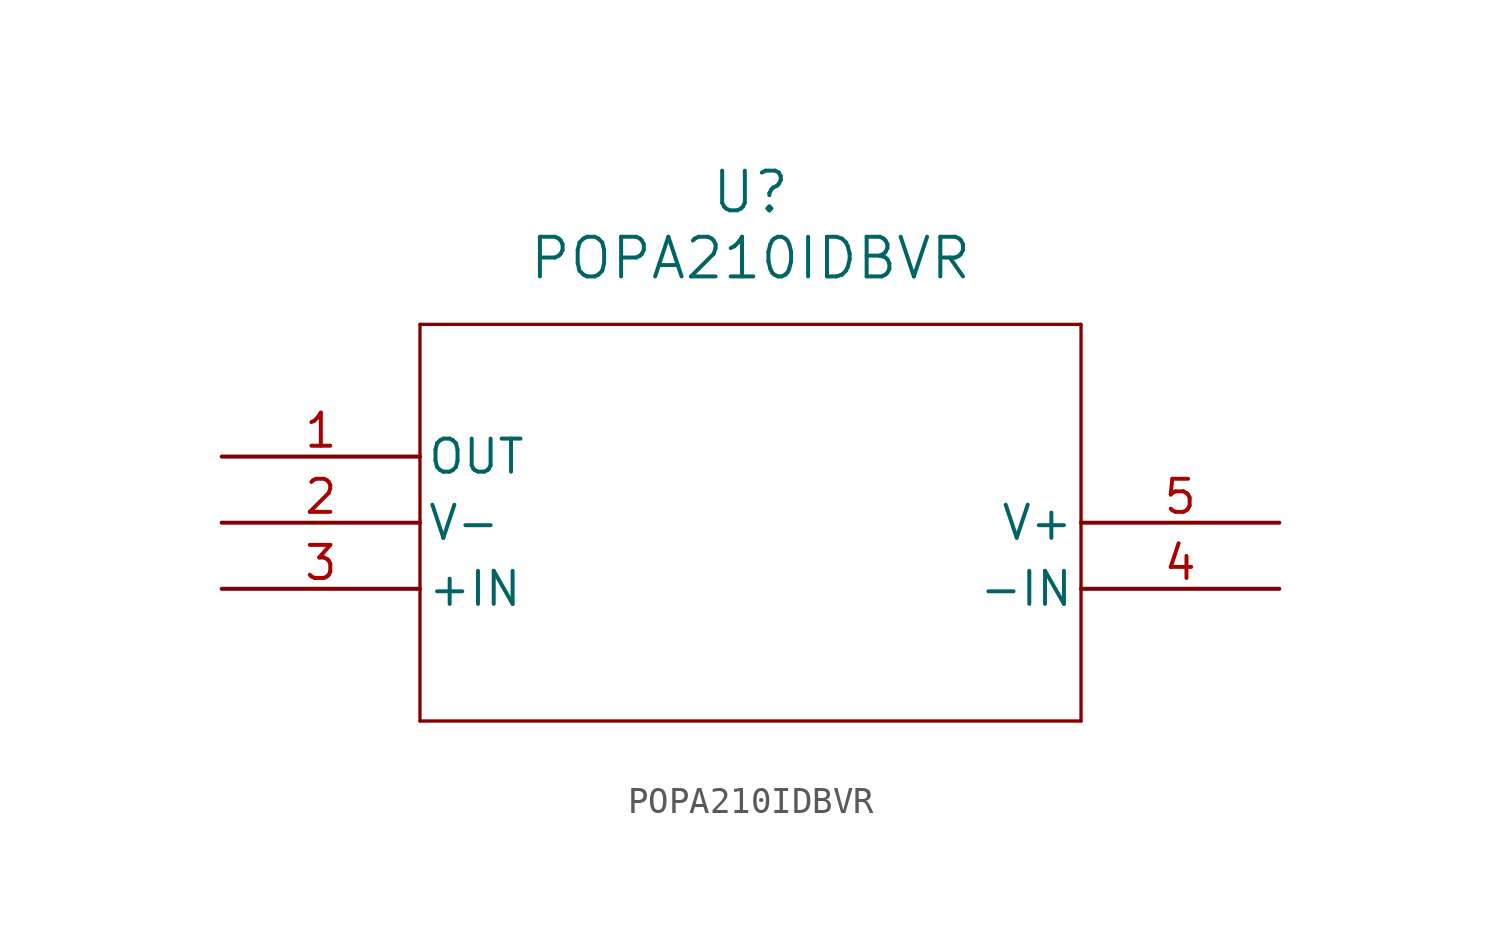
<source format=kicad_sym>
(kicad_symbol_lib
  (version 20211014)
  (generator kicad_symbol_editor)
  (symbol "POPA210IDBVR"
    (pin_names
      (offset 0.254))
    (property "Reference" "U"
      (at 20.32 10.16 0)
      (effects (font (size 1.524 1.524))))
    (property "Value" "POPA210IDBVR"
      (at 20.32 7.62 0)
      (effects (font (size 1.524 1.524))))
    (symbol "POPA210IDBVR_0_1"
      (polyline (pts (xy 7.62 5.08) (xy 7.62 -10.16)) (stroke (width 0.127) (type default) (color 0 0 0 0)) (fill (type none)))
      (polyline (pts (xy 7.62 -10.16) (xy 33.02 -10.16)) (stroke (width 0.127) (type default) (color 0 0 0 0)) (fill (type none)))
      (polyline (pts (xy 33.02 -10.16) (xy 33.02 5.08)) (stroke (width 0.127) (type default) (color 0 0 0 0)) (fill (type none)))
      (polyline (pts (xy 33.02 5.08) (xy 7.62 5.08)) (stroke (width 0.127) (type default) (color 0 0 0 0)) (fill (type none)))
      (pin output line (at 0 0 0) (length 7.62) (name "OUT" (effects (font (size 1.27 1.27)))) (number "1" (effects (font (size 1.27 1.27)))))
      (pin power_in line (at 0 -2.54 0) (length 7.62) (name "V-" (effects (font (size 1.27 1.27)))) (number "2" (effects (font (size 1.27 1.27)))))
      (pin input line (at 0 -5.08 0) (length 7.62) (name "+IN" (effects (font (size 1.27 1.27)))) (number "3" (effects (font (size 1.27 1.27)))))
      (pin input line (at 40.64 -5.08 180) (length 7.62) (name "-IN" (effects (font (size 1.27 1.27)))) (number "4" (effects (font (size 1.27 1.27)))))
      (pin power_in line (at 40.64 -2.54 180) (length 7.62) (name "V+" (effects (font (size 1.27 1.27)))) (number "5" (effects (font (size 1.27 1.27))))))))
</source>
